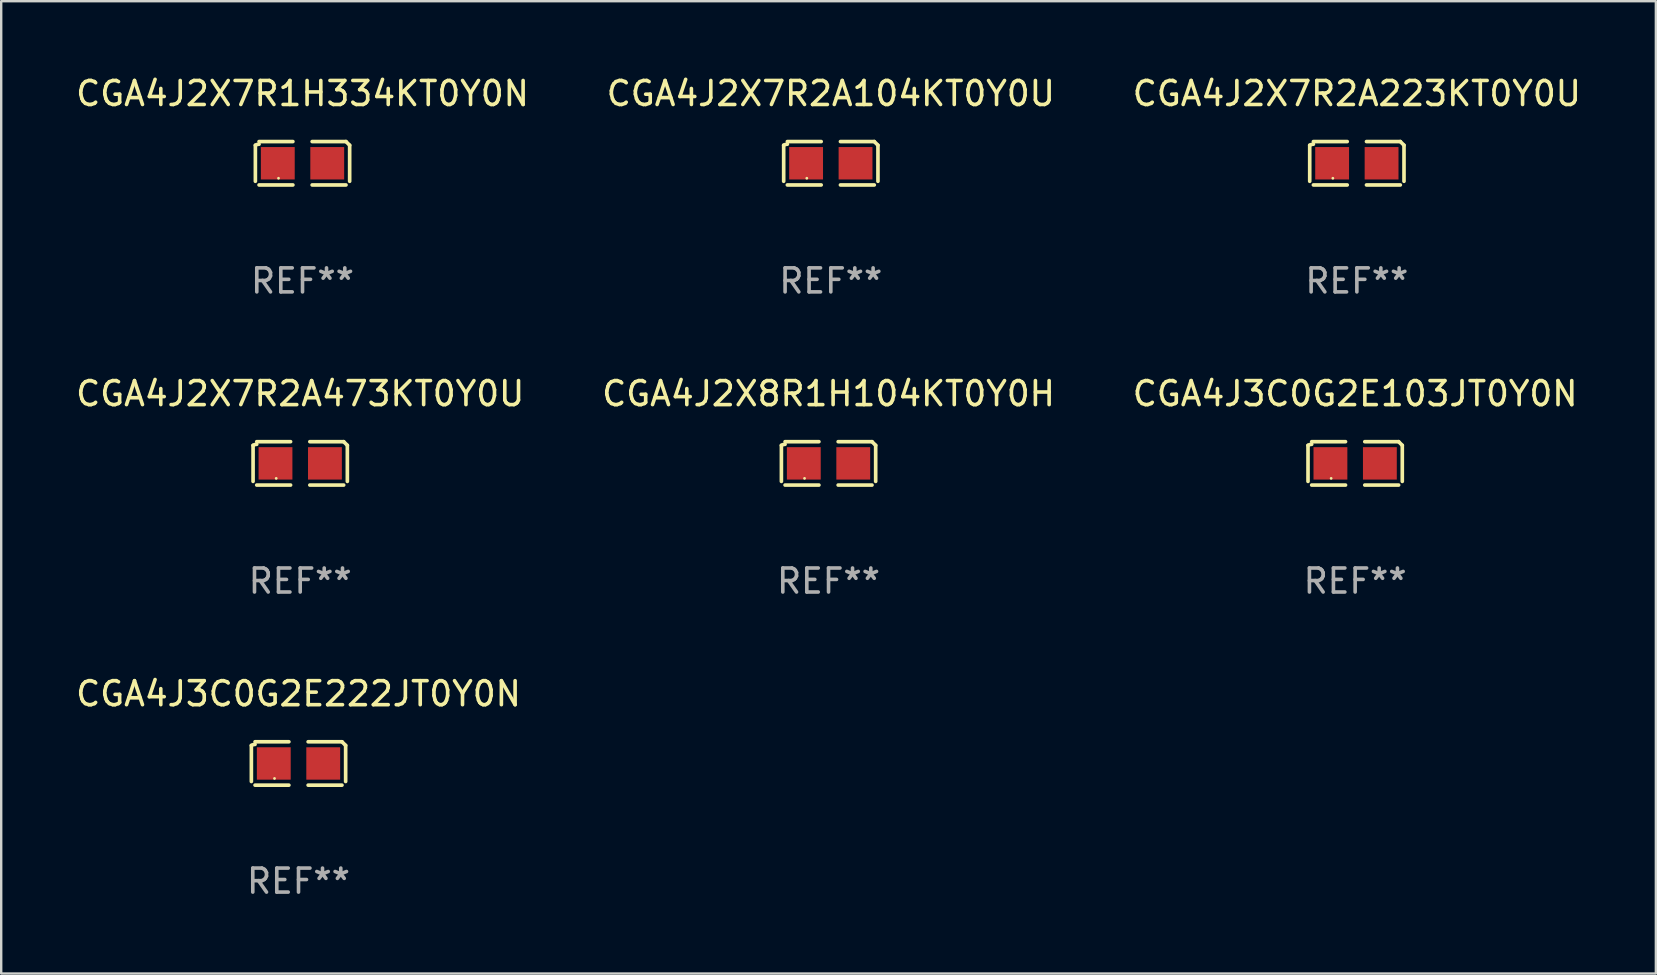
<source format=kicad_pcb>
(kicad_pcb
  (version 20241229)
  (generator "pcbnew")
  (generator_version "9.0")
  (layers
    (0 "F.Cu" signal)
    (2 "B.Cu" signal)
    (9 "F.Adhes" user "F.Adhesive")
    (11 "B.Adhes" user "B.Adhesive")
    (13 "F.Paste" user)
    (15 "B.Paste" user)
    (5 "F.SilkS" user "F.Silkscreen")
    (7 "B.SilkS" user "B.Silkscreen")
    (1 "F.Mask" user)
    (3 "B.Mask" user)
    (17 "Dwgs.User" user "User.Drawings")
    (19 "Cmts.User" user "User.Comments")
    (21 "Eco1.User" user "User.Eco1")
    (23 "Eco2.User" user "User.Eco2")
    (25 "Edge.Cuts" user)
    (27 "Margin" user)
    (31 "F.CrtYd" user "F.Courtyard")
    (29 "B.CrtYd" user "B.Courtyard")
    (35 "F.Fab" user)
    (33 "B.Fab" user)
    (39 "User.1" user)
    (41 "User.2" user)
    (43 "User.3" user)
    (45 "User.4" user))
  (footprint "CGA4J2X7R2A104KT0Y0U"
    (layer "F.Cu")
    (at 31.565 3.752)
    (property "Reference" "CGA4J2X7R2A104KT0Y0U" (at 0 -2.904 0) (layer "F.SilkS") (effects (font (size 1 1) (thickness 0.15))))
    (attr through_hole)
    (fp_line (start -1.964 0.751) (end -1.964 -0.751) (stroke (width 0.152) (type solid)) (layer "F.SilkS"))
    (fp_line (start -1.811 -0.904) (end -0.401 -0.904) (stroke (width 0.152) (type solid)) (layer "F.SilkS"))
    (fp_line (start -0.401 0.904) (end -1.811 0.904) (stroke (width 0.152) (type solid)) (layer "F.SilkS"))
    (fp_line (start 0.401 0.904) (end 1.811 0.904) (stroke (width 0.152) (type solid)) (layer "F.SilkS"))
    (fp_line (start 1.811 -0.904) (end 0.401 -0.904) (stroke (width 0.152) (type solid)) (layer "F.SilkS"))
    (fp_line (start 1.964 0.751) (end 1.964 -0.751) (stroke (width 0.152) (type solid)) (layer "F.SilkS"))
    (fp_arc (start -1.963602 -0.751207) (mid -1.890354 -0.783131) (end -1.811201 -0.794044) (stroke (width 0.1524) (type solid)) (layer "F.SilkS"))
    (fp_arc (start 1.811202 -0.903607) (mid 1.887413 -0.827418) (end 1.963602 -0.751207) (stroke (width 0.1524) (type solid)) (layer "F.SilkS"))
    (fp_circle (center -1 0.625) (end -0.97 0.625) (stroke (width 0.06) (type solid)) (fill no) (layer "F.SilkS"))
    (fp_text user "REF**" (at 0 4.904 0) (layer "F.Fab") (effects (font (size 1 1) (thickness 0.15))))
    (pad "1" smd rect (at -1.03 0) (size 1.41 1.35) (layers "F.Cu" "F.Mask" "F.Paste"))
    (pad "2" smd rect (at 1.03 0) (size 1.41 1.35) (layers "F.Cu" "F.Mask" "F.Paste")))
  (footprint "CGA4J3C0G2E103JT0Y0N"
    (layer "F.Cu")
    (at 53.411 16.256)
    (property "Reference" "CGA4J3C0G2E103JT0Y0N" (at 0 -2.904 0) (layer "F.SilkS") (effects (font (size 1 1) (thickness 0.15))))
    (attr through_hole)
    (fp_line (start -1.964 0.751) (end -1.964 -0.751) (stroke (width 0.152) (type solid)) (layer "F.SilkS"))
    (fp_line (start -1.811 -0.904) (end -0.401 -0.904) (stroke (width 0.152) (type solid)) (layer "F.SilkS"))
    (fp_line (start -0.401 0.904) (end -1.811 0.904) (stroke (width 0.152) (type solid)) (layer "F.SilkS"))
    (fp_line (start 0.401 0.904) (end 1.811 0.904) (stroke (width 0.152) (type solid)) (layer "F.SilkS"))
    (fp_line (start 1.811 -0.904) (end 0.401 -0.904) (stroke (width 0.152) (type solid)) (layer "F.SilkS"))
    (fp_line (start 1.964 0.751) (end 1.964 -0.751) (stroke (width 0.152) (type solid)) (layer "F.SilkS"))
    (fp_arc (start -1.963602 -0.751207) (mid -1.890354 -0.783131) (end -1.811201 -0.794044) (stroke (width 0.1524) (type solid)) (layer "F.SilkS"))
    (fp_arc (start 1.811202 -0.903607) (mid 1.887413 -0.827418) (end 1.963602 -0.751207) (stroke (width 0.1524) (type solid)) (layer "F.SilkS"))
    (fp_circle (center -1 0.625) (end -0.97 0.625) (stroke (width 0.06) (type solid)) (fill no) (layer "F.SilkS"))
    (fp_text user "REF**" (at 0 4.904 0) (layer "F.Fab") (effects (font (size 1 1) (thickness 0.15))))
    (pad "1" smd rect (at -1.03 0) (size 1.41 1.35) (layers "F.Cu" "F.Mask" "F.Paste"))
    (pad "2" smd rect (at 1.03 0) (size 1.41 1.35) (layers "F.Cu" "F.Mask" "F.Paste")))
  (footprint "CGA4J2X8R1H104KT0Y0H"
    (layer "F.Cu")
    (at 31.47 16.256)
    (property "Reference" "CGA4J2X8R1H104KT0Y0H" (at 0 -2.904 0) (layer "F.SilkS") (effects (font (size 1 1) (thickness 0.15))))
    (attr through_hole)
    (fp_line (start -1.964 0.751) (end -1.964 -0.751) (stroke (width 0.152) (type solid)) (layer "F.SilkS"))
    (fp_line (start -1.811 -0.904) (end -0.401 -0.904) (stroke (width 0.152) (type solid)) (layer "F.SilkS"))
    (fp_line (start -0.401 0.904) (end -1.811 0.904) (stroke (width 0.152) (type solid)) (layer "F.SilkS"))
    (fp_line (start 0.401 0.904) (end 1.811 0.904) (stroke (width 0.152) (type solid)) (layer "F.SilkS"))
    (fp_line (start 1.811 -0.904) (end 0.401 -0.904) (stroke (width 0.152) (type solid)) (layer "F.SilkS"))
    (fp_line (start 1.964 0.751) (end 1.964 -0.751) (stroke (width 0.152) (type solid)) (layer "F.SilkS"))
    (fp_arc (start -1.963602 -0.751207) (mid -1.890354 -0.783131) (end -1.811201 -0.794044) (stroke (width 0.1524) (type solid)) (layer "F.SilkS"))
    (fp_arc (start 1.811202 -0.903607) (mid 1.887413 -0.827418) (end 1.963602 -0.751207) (stroke (width 0.1524) (type solid)) (layer "F.SilkS"))
    (fp_circle (center -1 0.625) (end -0.97 0.625) (stroke (width 0.06) (type solid)) (fill no) (layer "F.SilkS"))
    (fp_text user "REF**" (at 0 4.904 0) (layer "F.Fab") (effects (font (size 1 1) (thickness 0.15))))
    (pad "1" smd rect (at -1.03 0) (size 1.41 1.35) (layers "F.Cu" "F.Mask" "F.Paste"))
    (pad "2" smd rect (at 1.03 0) (size 1.41 1.35) (layers "F.Cu" "F.Mask" "F.Paste")))
  (footprint "CGA4J3C0G2E222JT0Y0N"
    (layer "F.Cu")
    (at 9.387 28.759)
    (property "Reference" "CGA4J3C0G2E222JT0Y0N" (at 0 -2.904 0) (layer "F.SilkS") (effects (font (size 1 1) (thickness 0.15))))
    (attr through_hole)
    (fp_line (start -1.964 0.751) (end -1.964 -0.751) (stroke (width 0.152) (type solid)) (layer "F.SilkS"))
    (fp_line (start -1.811 -0.904) (end -0.401 -0.904) (stroke (width 0.152) (type solid)) (layer "F.SilkS"))
    (fp_line (start -0.401 0.904) (end -1.811 0.904) (stroke (width 0.152) (type solid)) (layer "F.SilkS"))
    (fp_line (start 0.401 0.904) (end 1.811 0.904) (stroke (width 0.152) (type solid)) (layer "F.SilkS"))
    (fp_line (start 1.811 -0.904) (end 0.401 -0.904) (stroke (width 0.152) (type solid)) (layer "F.SilkS"))
    (fp_line (start 1.964 0.751) (end 1.964 -0.751) (stroke (width 0.152) (type solid)) (layer "F.SilkS"))
    (fp_arc (start -1.963602 -0.751207) (mid -1.890354 -0.783131) (end -1.811201 -0.794044) (stroke (width 0.1524) (type solid)) (layer "F.SilkS"))
    (fp_arc (start 1.811202 -0.903607) (mid 1.887413 -0.827418) (end 1.963602 -0.751207) (stroke (width 0.1524) (type solid)) (layer "F.SilkS"))
    (fp_circle (center -1 0.625) (end -0.97 0.625) (stroke (width 0.06) (type solid)) (fill no) (layer "F.SilkS"))
    (fp_text user "REF**" (at 0 4.904 0) (layer "F.Fab") (effects (font (size 1 1) (thickness 0.15))))
    (pad "1" smd rect (at -1.03 0) (size 1.41 1.35) (layers "F.Cu" "F.Mask" "F.Paste"))
    (pad "2" smd rect (at 1.03 0) (size 1.41 1.35) (layers "F.Cu" "F.Mask" "F.Paste")))
  (footprint "CGA4J2X7R2A473KT0Y0U"
    (layer "F.Cu")
    (at 9.458 16.256)
    (property "Reference" "CGA4J2X7R2A473KT0Y0U" (at 0 -2.904 0) (layer "F.SilkS") (effects (font (size 1 1) (thickness 0.15))))
    (attr through_hole)
    (fp_line (start -1.964 0.751) (end -1.964 -0.751) (stroke (width 0.152) (type solid)) (layer "F.SilkS"))
    (fp_line (start -1.811 -0.904) (end -0.401 -0.904) (stroke (width 0.152) (type solid)) (layer "F.SilkS"))
    (fp_line (start -0.401 0.904) (end -1.811 0.904) (stroke (width 0.152) (type solid)) (layer "F.SilkS"))
    (fp_line (start 0.401 0.904) (end 1.811 0.904) (stroke (width 0.152) (type solid)) (layer "F.SilkS"))
    (fp_line (start 1.811 -0.904) (end 0.401 -0.904) (stroke (width 0.152) (type solid)) (layer "F.SilkS"))
    (fp_line (start 1.964 0.751) (end 1.964 -0.751) (stroke (width 0.152) (type solid)) (layer "F.SilkS"))
    (fp_arc (start -1.963602 -0.751207) (mid -1.890354 -0.783131) (end -1.811201 -0.794044) (stroke (width 0.1524) (type solid)) (layer "F.SilkS"))
    (fp_arc (start 1.811202 -0.903607) (mid 1.887413 -0.827418) (end 1.963602 -0.751207) (stroke (width 0.1524) (type solid)) (layer "F.SilkS"))
    (fp_circle (center -1 0.625) (end -0.97 0.625) (stroke (width 0.06) (type solid)) (fill no) (layer "F.SilkS"))
    (fp_text user "REF**" (at 0 4.904 0) (layer "F.Fab") (effects (font (size 1 1) (thickness 0.15))))
    (pad "1" smd rect (at -1.03 0) (size 1.41 1.35) (layers "F.Cu" "F.Mask" "F.Paste"))
    (pad "2" smd rect (at 1.03 0) (size 1.41 1.35) (layers "F.Cu" "F.Mask" "F.Paste")))
  (footprint "CGA4J2X7R1H334KT0Y0N"
    (layer "F.Cu")
    (at 9.554 3.752)
    (property "Reference" "CGA4J2X7R1H334KT0Y0N" (at 0 -2.904 0) (layer "F.SilkS") (effects (font (size 1 1) (thickness 0.15))))
    (attr through_hole)
    (fp_line (start -1.964 0.751) (end -1.964 -0.751) (stroke (width 0.152) (type solid)) (layer "F.SilkS"))
    (fp_line (start -1.811 -0.904) (end -0.401 -0.904) (stroke (width 0.152) (type solid)) (layer "F.SilkS"))
    (fp_line (start -0.401 0.904) (end -1.811 0.904) (stroke (width 0.152) (type solid)) (layer "F.SilkS"))
    (fp_line (start 0.401 0.904) (end 1.811 0.904) (stroke (width 0.152) (type solid)) (layer "F.SilkS"))
    (fp_line (start 1.811 -0.904) (end 0.401 -0.904) (stroke (width 0.152) (type solid)) (layer "F.SilkS"))
    (fp_line (start 1.964 0.751) (end 1.964 -0.751) (stroke (width 0.152) (type solid)) (layer "F.SilkS"))
    (fp_arc (start -1.963602 -0.751207) (mid -1.890354 -0.783131) (end -1.811201 -0.794044) (stroke (width 0.1524) (type solid)) (layer "F.SilkS"))
    (fp_arc (start 1.811202 -0.903607) (mid 1.887413 -0.827418) (end 1.963602 -0.751207) (stroke (width 0.1524) (type solid)) (layer "F.SilkS"))
    (fp_circle (center -1 0.625) (end -0.97 0.625) (stroke (width 0.06) (type solid)) (fill no) (layer "F.SilkS"))
    (fp_text user "REF**" (at 0 4.904 0) (layer "F.Fab") (effects (font (size 1 1) (thickness 0.15))))
    (pad "1" smd rect (at -1.03 0) (size 1.41 1.35) (layers "F.Cu" "F.Mask" "F.Paste"))
    (pad "2" smd rect (at 1.03 0) (size 1.41 1.35) (layers "F.Cu" "F.Mask" "F.Paste")))
  (footprint "CGA4J2X7R2A223KT0Y0U"
    (layer "F.Cu")
    (at 53.482 3.752)
    (property "Reference" "CGA4J2X7R2A223KT0Y0U" (at 0 -2.904 0) (layer "F.SilkS") (effects (font (size 1 1) (thickness 0.15))))
    (attr through_hole)
    (fp_line (start -1.964 0.751) (end -1.964 -0.751) (stroke (width 0.152) (type solid)) (layer "F.SilkS"))
    (fp_line (start -1.811 -0.904) (end -0.401 -0.904) (stroke (width 0.152) (type solid)) (layer "F.SilkS"))
    (fp_line (start -0.401 0.904) (end -1.811 0.904) (stroke (width 0.152) (type solid)) (layer "F.SilkS"))
    (fp_line (start 0.401 0.904) (end 1.811 0.904) (stroke (width 0.152) (type solid)) (layer "F.SilkS"))
    (fp_line (start 1.811 -0.904) (end 0.401 -0.904) (stroke (width 0.152) (type solid)) (layer "F.SilkS"))
    (fp_line (start 1.964 0.751) (end 1.964 -0.751) (stroke (width 0.152) (type solid)) (layer "F.SilkS"))
    (fp_arc (start -1.963602 -0.751207) (mid -1.890354 -0.783131) (end -1.811201 -0.794044) (stroke (width 0.1524) (type solid)) (layer "F.SilkS"))
    (fp_arc (start 1.811202 -0.903607) (mid 1.887413 -0.827418) (end 1.963602 -0.751207) (stroke (width 0.1524) (type solid)) (layer "F.SilkS"))
    (fp_circle (center -1 0.625) (end -0.97 0.625) (stroke (width 0.06) (type solid)) (fill no) (layer "F.SilkS"))
    (fp_text user "REF**" (at 0 4.904 0) (layer "F.Fab") (effects (font (size 1 1) (thickness 0.15))))
    (pad "1" smd rect (at -1.03 0) (size 1.41 1.35) (layers "F.Cu" "F.Mask" "F.Paste"))
    (pad "2" smd rect (at 1.03 0) (size 1.41 1.35) (layers "F.Cu" "F.Mask" "F.Paste")))
  (gr_rect
    (start -3 -3)
    (end 65.94 37.511)
    (stroke (width 0.1) (type default))
    (fill no)
    (layer "Edge.Cuts")))
</source>
